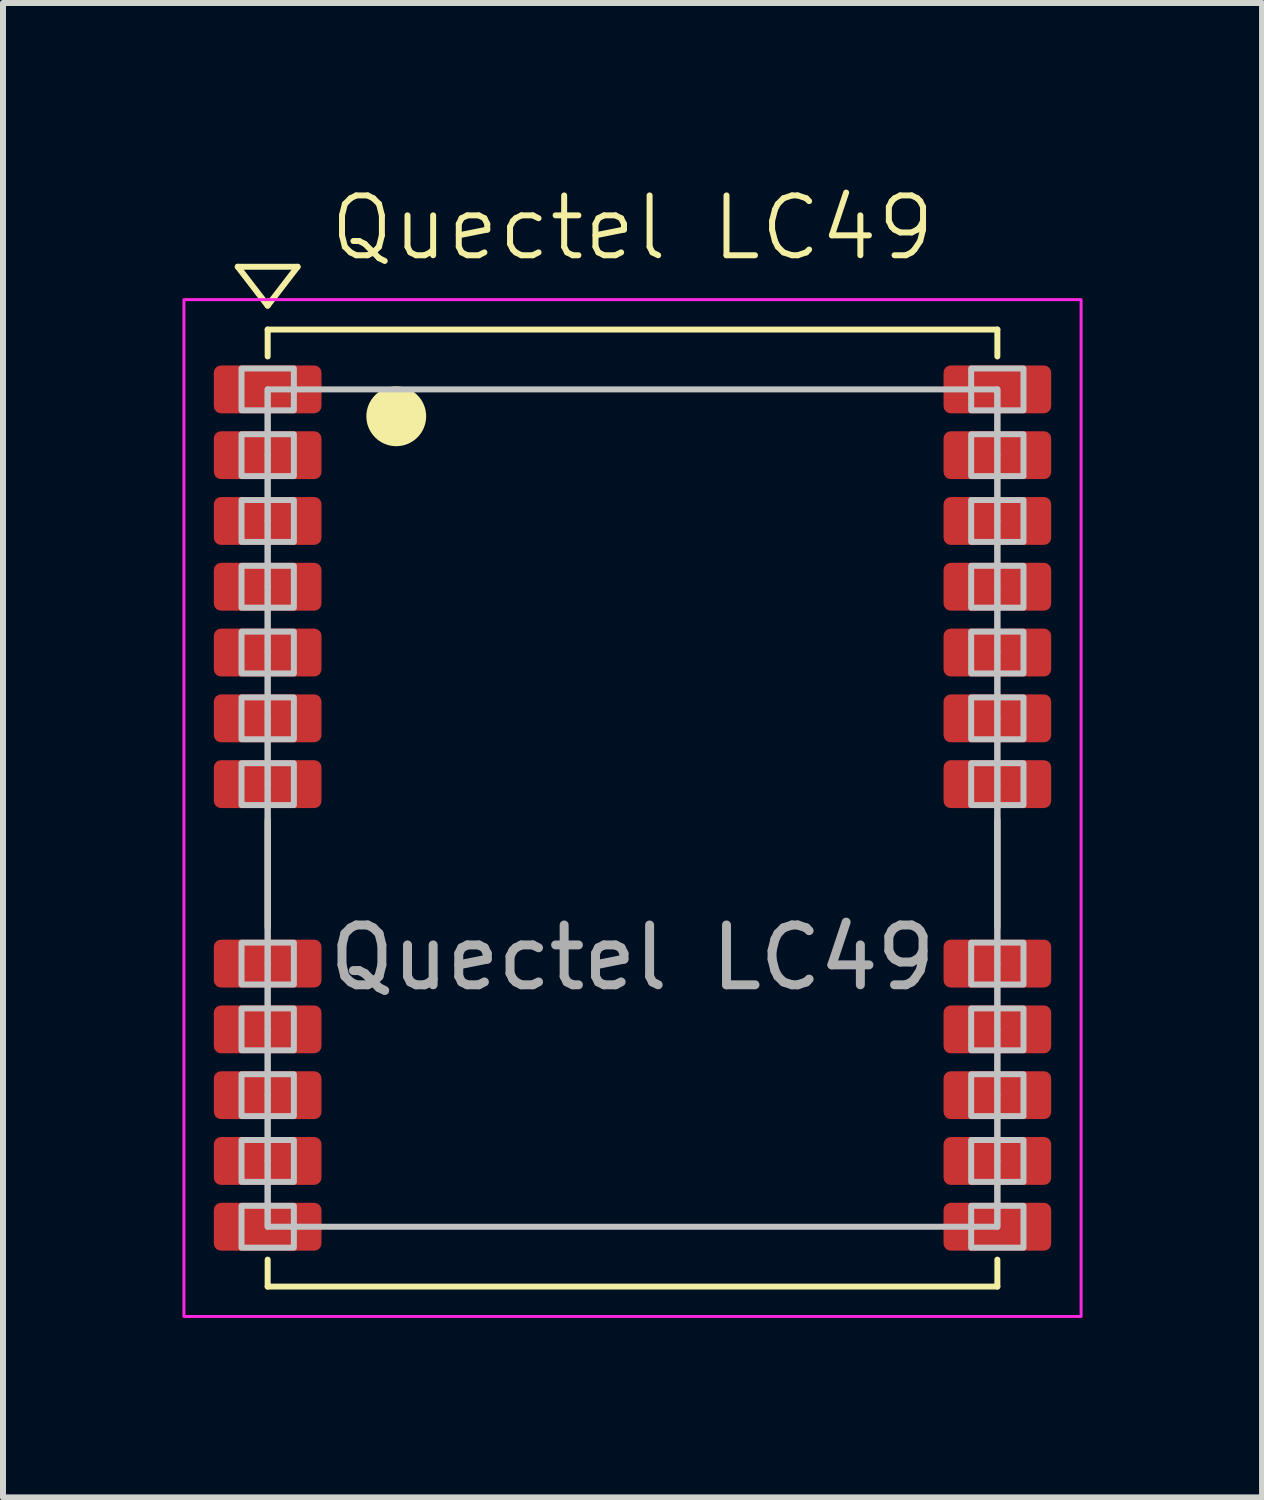
<source format=kicad_pcb>
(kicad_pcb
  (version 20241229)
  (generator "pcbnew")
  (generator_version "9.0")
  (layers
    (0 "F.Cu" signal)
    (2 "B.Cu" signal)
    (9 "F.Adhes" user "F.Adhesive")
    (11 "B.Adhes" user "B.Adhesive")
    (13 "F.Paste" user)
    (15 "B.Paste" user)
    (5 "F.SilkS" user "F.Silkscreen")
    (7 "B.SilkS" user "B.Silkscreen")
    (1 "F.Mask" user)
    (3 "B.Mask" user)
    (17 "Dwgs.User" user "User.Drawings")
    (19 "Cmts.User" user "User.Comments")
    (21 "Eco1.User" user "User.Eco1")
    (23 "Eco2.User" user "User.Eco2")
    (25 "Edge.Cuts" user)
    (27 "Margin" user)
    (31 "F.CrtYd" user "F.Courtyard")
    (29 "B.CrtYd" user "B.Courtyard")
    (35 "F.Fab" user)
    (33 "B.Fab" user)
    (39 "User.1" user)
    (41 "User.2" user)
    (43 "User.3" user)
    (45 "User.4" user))
  (footprint "Quectel LC49"
    (layer "F.Cu")
    (at 7.525 10.46)
    (property "Reference" "Quectel LC49" (at 0 -9.7 0) (unlocked yes) (layer "F.SilkS") (effects (font (size 1 1) (thickness 0.1))))
    (attr smd)
    (fp_line (start -6.6 -9.05) (end -5.6 -9.05) (stroke (width 0.1) (type default)) (layer "F.SilkS"))
    (fp_line (start -6.1 -8.4) (end -6.6 -9.05) (stroke (width 0.1) (type default)) (layer "F.SilkS"))
    (fp_line (start -6.1 -8) (end 6.1 -8) (stroke (width 0.1) (type default)) (layer "F.SilkS"))
    (fp_line (start -6.1 -7.55) (end -6.1 -8) (stroke (width 0.1) (type default)) (layer "F.SilkS"))
    (fp_line (start -6.1 8) (end -6.1 7.55) (stroke (width 0.1) (type default)) (layer "F.SilkS"))
    (fp_line (start -6.1 0.2) (end -6.1 2) (stroke (width 0.1) (type default)) (layer "F.SilkS"))
    (fp_line (start -5.6 -9.05) (end -6.1 -8.4) (stroke (width 0.1) (type default)) (layer "F.SilkS"))
    (fp_line (start 6.1 -8) (end 6.1 -7.55) (stroke (width 0.1) (type default)) (layer "F.SilkS"))
    (fp_line (start 6.1 0.2) (end 6.1 2) (stroke (width 0.1) (type default)) (layer "F.SilkS"))
    (fp_line (start 6.1 7.55) (end 6.1 8) (stroke (width 0.1) (type default)) (layer "F.SilkS"))
    (fp_line (start 6.1 8) (end -6.1 8) (stroke (width 0.1) (type default)) (layer "F.SilkS"))
    (fp_circle (center -3.95 -6.55) (end -3.95 -7) (stroke (width 0.1) (type solid)) (fill yes) (layer "F.SilkS"))
    (fp_line (start -6.1 -7) (end -6.1 -5.9) (stroke (width 0.1) (type default)) (layer "Dwgs.User"))
    (fp_line (start -6.1 -5.9) (end -6.1 -4.8) (stroke (width 0.1) (type default)) (layer "Dwgs.User"))
    (fp_line (start -6.1 -4.8) (end -6.1 -3.7) (stroke (width 0.1) (type default)) (layer "Dwgs.User"))
    (fp_line (start -6.1 -3.7) (end -6.1 -2.6) (stroke (width 0.1) (type default)) (layer "Dwgs.User"))
    (fp_line (start -6.1 -2.6) (end -6.1 -1.5) (stroke (width 0.1) (type default)) (layer "Dwgs.User"))
    (fp_line (start -6.1 -1.5) (end -6.1 -0.4) (stroke (width 0.1) (type default)) (layer "Dwgs.User"))
    (fp_line (start -6.1 -0.4) (end -6.1 2.6) (stroke (width 0.1) (type solid)) (layer "Dwgs.User"))
    (fp_line (start -6.1 2.6) (end -6.1 3.7) (stroke (width 0.1) (type default)) (layer "Dwgs.User"))
    (fp_line (start -6.1 3.7) (end -6.1 4.8) (stroke (width 0.1) (type default)) (layer "Dwgs.User"))
    (fp_line (start -6.1 4.8) (end -6.1 5.9) (stroke (width 0.1) (type default)) (layer "Dwgs.User"))
    (fp_line (start -6.1 5.9) (end -6.1 7) (stroke (width 0.1) (type default)) (layer "Dwgs.User"))
    (fp_line (start 6.1 -7) (end 6.1 -5.9) (stroke (width 0.1) (type default)) (layer "Dwgs.User"))
    (fp_line (start 6.1 -5.9) (end 6.1 -4.8) (stroke (width 0.1) (type default)) (layer "Dwgs.User"))
    (fp_line (start 6.1 -4.8) (end 6.1 -3.7) (stroke (width 0.1) (type default)) (layer "Dwgs.User"))
    (fp_line (start 6.1 -3.7) (end 6.1 -2.6) (stroke (width 0.1) (type default)) (layer "Dwgs.User"))
    (fp_line (start 6.1 -2.6) (end 6.1 -1.5) (stroke (width 0.1) (type default)) (layer "Dwgs.User"))
    (fp_line (start 6.1 -1.5) (end 6.1 -0.4) (stroke (width 0.1) (type default)) (layer "Dwgs.User"))
    (fp_line (start 6.1 -0.4) (end 6.1 2.6) (stroke (width 0.1) (type solid)) (layer "Dwgs.User"))
    (fp_line (start 6.1 2.6) (end 6.1 3.7) (stroke (width 0.1) (type default)) (layer "Dwgs.User"))
    (fp_line (start 6.1 3.7) (end 6.1 4.8) (stroke (width 0.1) (type default)) (layer "Dwgs.User"))
    (fp_line (start 6.1 4.8) (end 6.1 5.9) (stroke (width 0.1) (type default)) (layer "Dwgs.User"))
    (fp_line (start 6.1 5.9) (end 6.1 7) (stroke (width 0.1) (type default)) (layer "Dwgs.User"))
    (fp_rect (start -6.537 -7.35) (end -5.662 -6.65) (stroke (width 0.1) (type solid)) (fill no) (layer "Dwgs.User"))
    (fp_rect (start -6.537 -6.25) (end -5.662 -5.55) (stroke (width 0.1) (type solid)) (fill no) (layer "Dwgs.User"))
    (fp_rect (start -6.537 -5.15) (end -5.662 -4.45) (stroke (width 0.1) (type solid)) (fill no) (layer "Dwgs.User"))
    (fp_rect (start -6.537 -4.05) (end -5.662 -3.35) (stroke (width 0.1) (type solid)) (fill no) (layer "Dwgs.User"))
    (fp_rect (start -6.537 -2.95) (end -5.662 -2.25) (stroke (width 0.1) (type solid)) (fill no) (layer "Dwgs.User"))
    (fp_rect (start -6.537 -1.85) (end -5.662 -1.15) (stroke (width 0.1) (type solid)) (fill no) (layer "Dwgs.User"))
    (fp_rect (start -6.537 -0.75) (end -5.662 -0.05) (stroke (width 0.1) (type solid)) (fill no) (layer "Dwgs.User"))
    (fp_rect (start -6.537 2.25) (end -5.662 2.95) (stroke (width 0.1) (type solid)) (fill no) (layer "Dwgs.User"))
    (fp_rect (start -6.537 3.35) (end -5.662 4.05) (stroke (width 0.1) (type solid)) (fill no) (layer "Dwgs.User"))
    (fp_rect (start -6.537 4.45) (end -5.662 5.15) (stroke (width 0.1) (type solid)) (fill no) (layer "Dwgs.User"))
    (fp_rect (start -6.537 5.55) (end -5.662 6.25) (stroke (width 0.1) (type solid)) (fill no) (layer "Dwgs.User"))
    (fp_rect (start -6.537 6.65) (end -5.662 7.35) (stroke (width 0.1) (type solid)) (fill no) (layer "Dwgs.User"))
    (fp_rect (start -6.1 -7) (end 6.1 7) (stroke (width 0.1) (type solid)) (fill no) (layer "Dwgs.User"))
    (fp_rect (start 5.662 -7.35) (end 6.537 -6.65) (stroke (width 0.1) (type solid)) (fill no) (layer "Dwgs.User"))
    (fp_rect (start 5.662 -6.25) (end 6.537 -5.55) (stroke (width 0.1) (type solid)) (fill no) (layer "Dwgs.User"))
    (fp_rect (start 5.662 -5.15) (end 6.537 -4.45) (stroke (width 0.1) (type solid)) (fill no) (layer "Dwgs.User"))
    (fp_rect (start 5.662 -4.05) (end 6.537 -3.35) (stroke (width 0.1) (type solid)) (fill no) (layer "Dwgs.User"))
    (fp_rect (start 5.662 -2.95) (end 6.537 -2.25) (stroke (width 0.1) (type solid)) (fill no) (layer "Dwgs.User"))
    (fp_rect (start 5.662 -1.85) (end 6.537 -1.15) (stroke (width 0.1) (type solid)) (fill no) (layer "Dwgs.User"))
    (fp_rect (start 5.662 -0.75) (end 6.537 -0.05) (stroke (width 0.1) (type solid)) (fill no) (layer "Dwgs.User"))
    (fp_rect (start 5.662 2.25) (end 6.537 2.95) (stroke (width 0.1) (type solid)) (fill no) (layer "Dwgs.User"))
    (fp_rect (start 5.662 3.35) (end 6.537 4.05) (stroke (width 0.1) (type solid)) (fill no) (layer "Dwgs.User"))
    (fp_rect (start 5.662 4.45) (end 6.537 5.15) (stroke (width 0.1) (type solid)) (fill no) (layer "Dwgs.User"))
    (fp_rect (start 5.662 5.55) (end 6.537 6.25) (stroke (width 0.1) (type solid)) (fill no) (layer "Dwgs.User"))
    (fp_rect (start 5.662 6.65) (end 6.537 7.35) (stroke (width 0.1) (type solid)) (fill no) (layer "Dwgs.User"))
    (fp_rect (start -7.5 -8.5) (end 7.5 8.5) (stroke (width 0.05) (type solid)) (fill no) (layer "F.CrtYd"))
    (fp_text user "${REFERENCE}" (at 0 2.5 0) (unlocked yes) (layer "F.Fab") (effects (font (size 1 1) (thickness 0.15))))
    (pad "1" smd roundrect (at -6.1 -7) (size 1.8 0.8) (layers "F.Cu" "F.Mask" "F.Paste") (roundrect_rratio 0.15))
    (pad "2" smd roundrect (at -6.1 -5.9) (size 1.8 0.8) (layers "F.Cu" "F.Mask" "F.Paste") (roundrect_rratio 0.15))
    (pad "3" smd roundrect (at -6.1 -4.8) (size 1.8 0.8) (layers "F.Cu" "F.Mask" "F.Paste") (roundrect_rratio 0.15))
    (pad "4" smd roundrect (at -6.1 -3.7) (size 1.8 0.8) (layers "F.Cu" "F.Mask" "F.Paste") (roundrect_rratio 0.15))
    (pad "5" smd roundrect (at -6.1 -2.6) (size 1.8 0.8) (layers "F.Cu" "F.Mask" "F.Paste") (roundrect_rratio 0.15))
    (pad "6" smd roundrect (at -6.1 -1.5) (size 1.8 0.8) (layers "F.Cu" "F.Mask" "F.Paste") (roundrect_rratio 0.15))
    (pad "7" smd roundrect (at -6.1 -0.4) (size 1.8 0.8) (layers "F.Cu" "F.Mask" "F.Paste") (roundrect_rratio 0.15))
    (pad "8" smd roundrect (at -6.1 2.6) (size 1.8 0.8) (layers "F.Cu" "F.Mask" "F.Paste") (roundrect_rratio 0.15))
    (pad "9" smd roundrect (at -6.1 3.7) (size 1.8 0.8) (layers "F.Cu" "F.Mask" "F.Paste") (roundrect_rratio 0.15))
    (pad "10" smd roundrect (at -6.1 4.8) (size 1.8 0.8) (layers "F.Cu" "F.Mask" "F.Paste") (roundrect_rratio 0.15))
    (pad "11" smd roundrect (at -6.1 5.9) (size 1.8 0.8) (layers "F.Cu" "F.Mask" "F.Paste") (roundrect_rratio 0.15))
    (pad "12" smd roundrect (at -6.1 7) (size 1.8 0.8) (layers "F.Cu" "F.Mask" "F.Paste") (roundrect_rratio 0.15))
    (pad "13" smd roundrect (at 6.1 7) (size 1.8 0.8) (layers "F.Cu" "F.Mask" "F.Paste") (roundrect_rratio 0.15))
    (pad "14" smd roundrect (at 6.1 5.9) (size 1.8 0.8) (layers "F.Cu" "F.Mask" "F.Paste") (roundrect_rratio 0.15))
    (pad "15" smd roundrect (at 6.1 4.8) (size 1.8 0.8) (layers "F.Cu" "F.Mask" "F.Paste") (roundrect_rratio 0.15))
    (pad "16" smd roundrect (at 6.1 3.7) (size 1.8 0.8) (layers "F.Cu" "F.Mask" "F.Paste") (roundrect_rratio 0.15))
    (pad "17" smd roundrect (at 6.1 2.6) (size 1.8 0.8) (layers "F.Cu" "F.Mask" "F.Paste") (roundrect_rratio 0.15))
    (pad "18" smd roundrect (at 6.1 -0.4) (size 1.8 0.8) (layers "F.Cu" "F.Mask" "F.Paste") (roundrect_rratio 0.15))
    (pad "19" smd roundrect (at 6.1 -1.5) (size 1.8 0.8) (layers "F.Cu" "F.Mask" "F.Paste") (roundrect_rratio 0.15))
    (pad "20" smd roundrect (at 6.1 -2.6) (size 1.8 0.8) (layers "F.Cu" "F.Mask" "F.Paste") (roundrect_rratio 0.15))
    (pad "21" smd roundrect (at 6.1 -3.7) (size 1.8 0.8) (layers "F.Cu" "F.Mask" "F.Paste") (roundrect_rratio 0.15))
    (pad "22" smd roundrect (at 6.1 -4.8) (size 1.8 0.8) (layers "F.Cu" "F.Mask" "F.Paste") (roundrect_rratio 0.15))
    (pad "23" smd roundrect (at 6.1 -5.9) (size 1.8 0.8) (layers "F.Cu" "F.Mask" "F.Paste") (roundrect_rratio 0.15))
    (pad "24" smd roundrect (at 6.1 -7) (size 1.8 0.8) (layers "F.Cu" "F.Mask" "F.Paste") (roundrect_rratio 0.15)))
  (gr_rect
    (start -3 -3)
    (end 18.05 21.985)
    (stroke (width 0.1) (type default))
    (fill no)
    (layer "Edge.Cuts")))
</source>
